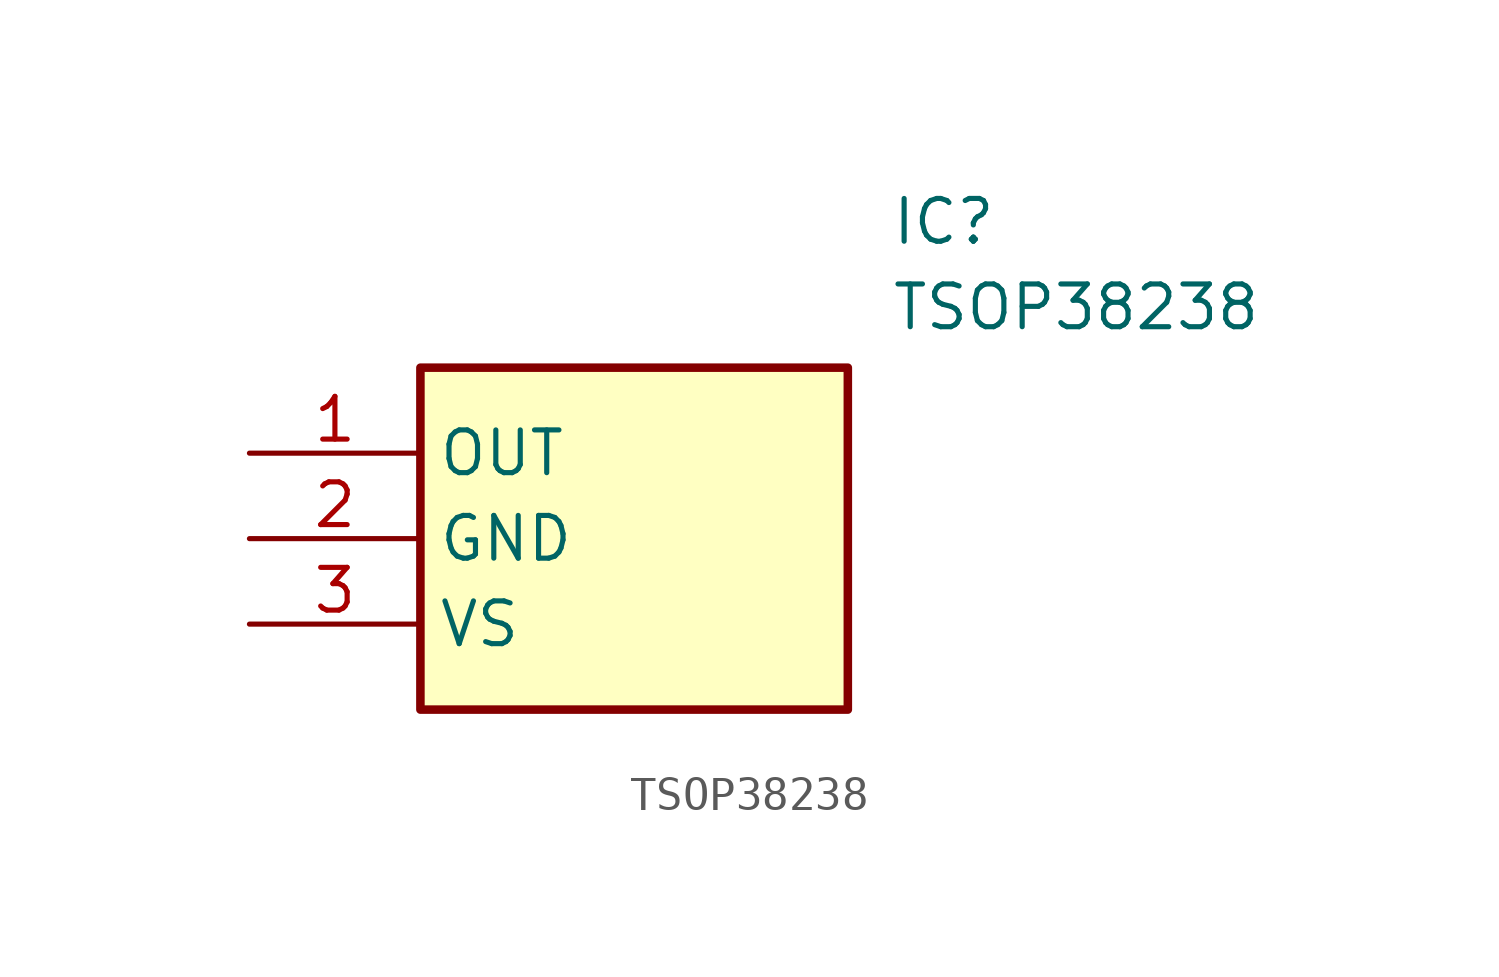
<source format=kicad_sym>
(kicad_symbol_lib
  (version 20211014)
  (generator SamacSys_ECAD_Model)
  (symbol "TSOP38238"
    (property "Reference" "IC"
      (at 19.05 7.62 0)
      (effects (font (size 1.27 1.27)) (justify left top)))
    (property "Value" "TSOP38238"
      (at 19.05 5.08 0)
      (effects (font (size 1.27 1.27)) (justify left top)))
    (rectangle
      (start 5.08 2.54)
      (end 17.78 -7.62)
      (stroke (width 0.254) (type default))
      (fill (type background)))
    (pin passive line
      (at 0 0 0)
      (length 5.08)
      (name "OUT" (effects (font (size 1.27 1.27))))
      (number "1" (effects (font (size 1.27 1.27)))))
    (pin passive line
      (at 0 -2.54 0)
      (length 5.08)
      (name "GND" (effects (font (size 1.27 1.27))))
      (number "2" (effects (font (size 1.27 1.27)))))
    (pin passive line
      (at 0 -5.08 0)
      (length 5.08)
      (name "VS" (effects (font (size 1.27 1.27))))
      (number "3" (effects (font (size 1.27 1.27)))))))
</source>
